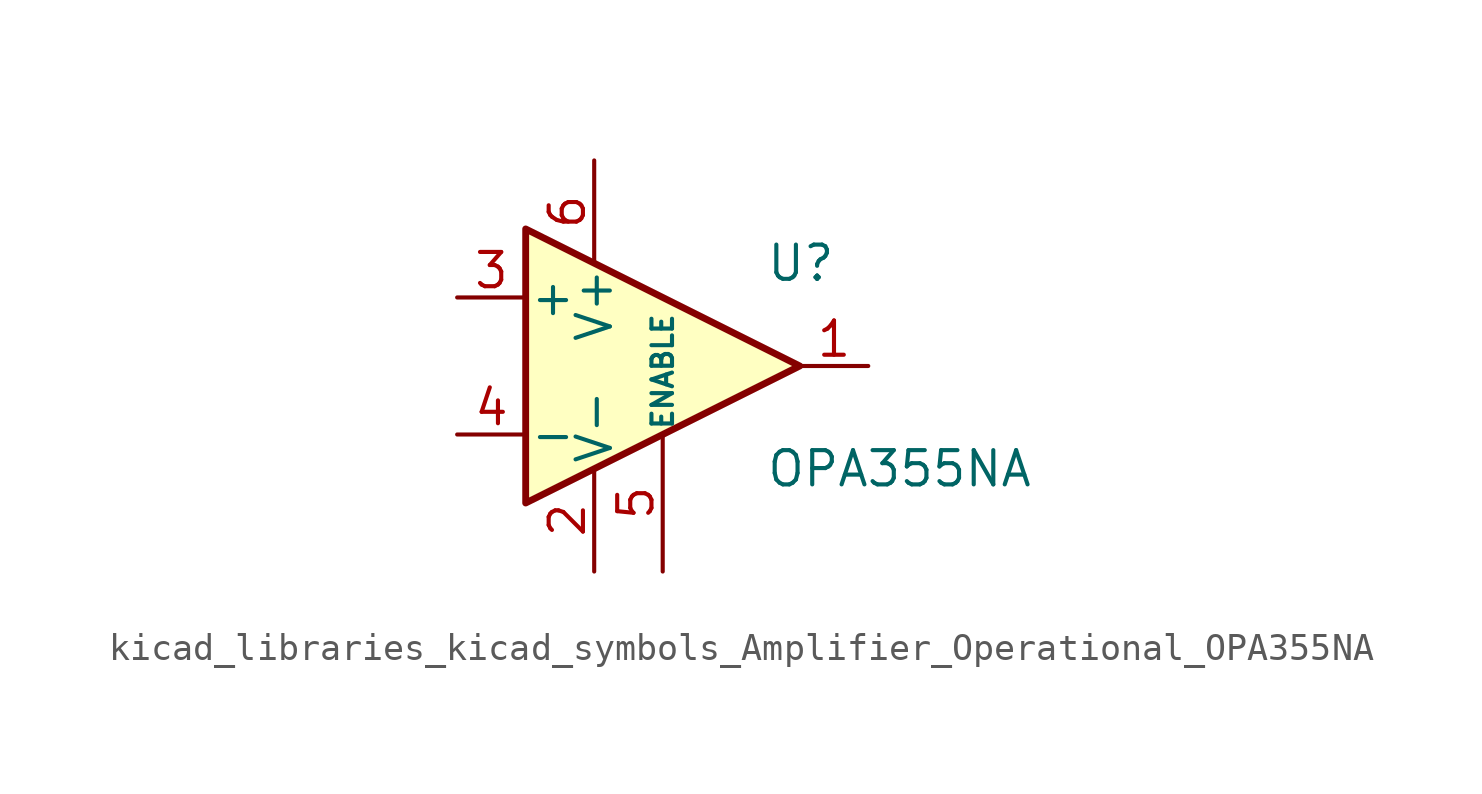
<source format=kicad_sym>
(kicad_symbol_lib
  (version 20220914)
  (generator kicad_symbol_editor)
  (symbol "kicad_libraries_kicad_symbols_Amplifier_Operational_OPA355NA"
    (pin_names
      (offset 0.127))
    (property "Reference" "U"
      (at 3.81 3.81 0)
      (effects (font (size 1.27 1.27)) (justify left)))
    (property "Value" "OPA355NA"
      (at 3.81 -3.81 0)
      (effects (font (size 1.27 1.27)) (justify left)))
    (symbol "kicad_libraries_kicad_symbols_Amplifier_Operational_OPA355NA_0_1"
      (polyline (pts (xy -5.08 5.08) (xy 5.08 0) (xy -5.08 -5.08) (xy -5.08 5.08)) (stroke (width 0.254) (type default)) (fill (type background))))
    (symbol "kicad_libraries_kicad_symbols_Amplifier_Operational_OPA355NA_1_1"
      (pin output line (at 7.62 0 180) (length 2.54) (name "~" (effects (font (size 1.27 1.27)))) (number "1" (effects (font (size 1.27 1.27)))))
      (pin power_in line (at -2.54 -7.62 90) (length 3.81) (name "V-" (effects (font (size 1.27 1.27)))) (number "2" (effects (font (size 1.27 1.27)))))
      (pin input line (at -7.62 2.54 0) (length 2.54) (name "+" (effects (font (size 1.27 1.27)))) (number "3" (effects (font (size 1.27 1.27)))))
      (pin input line (at -7.62 -2.54 0) (length 2.54) (name "-" (effects (font (size 1.27 1.27)))) (number "4" (effects (font (size 1.27 1.27)))))
      (pin input line (at 0 -7.62 90) (length 5.08) (name "ENABLE" (effects (font (size 0.762 0.762)))) (number "5" (effects (font (size 1.27 1.27)))))
      (pin power_in line (at -2.54 7.62 270) (length 3.81) (name "V+" (effects (font (size 1.27 1.27)))) (number "6" (effects (font (size 1.27 1.27))))))))
</source>
